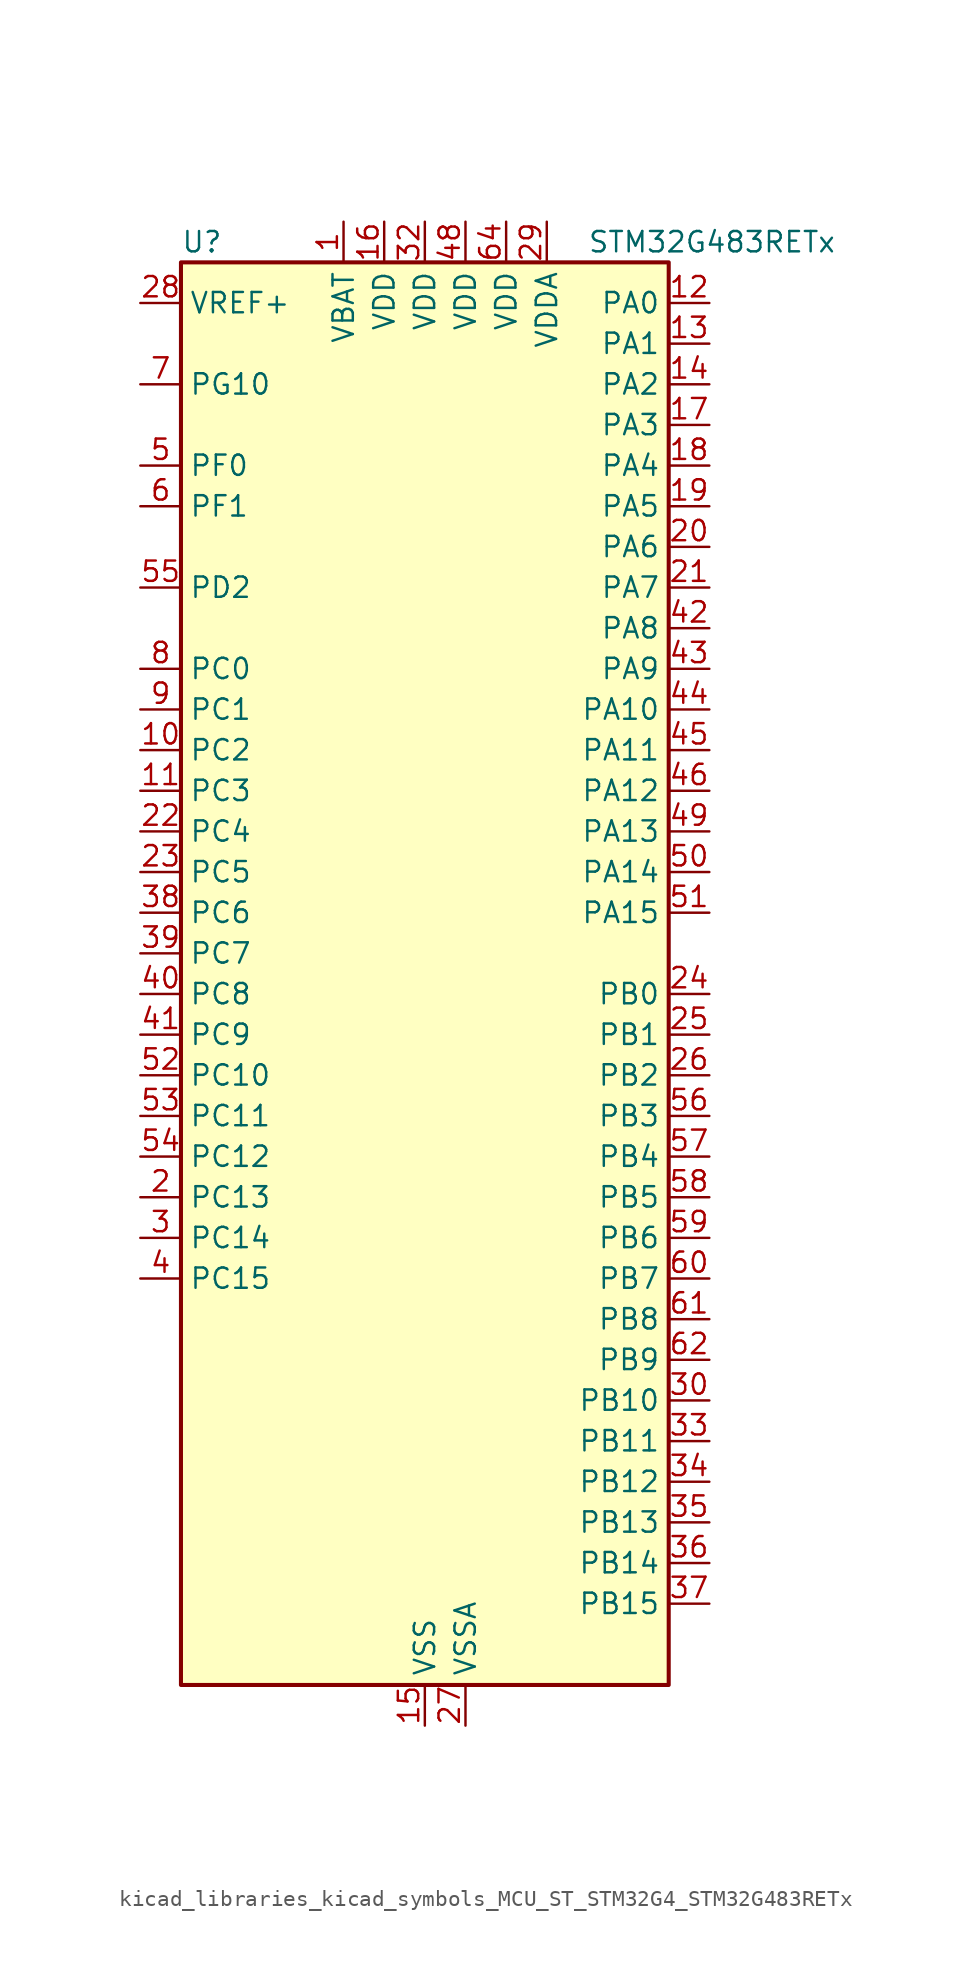
<source format=kicad_sym>
(kicad_symbol_lib
  (version 20220914)
  (generator kicad_symbol_editor)
  (symbol "kicad_libraries_kicad_symbols_MCU_ST_STM32G4_STM32G483RETx"
    (property "Reference" "U"
      (at -15.24 46.99 0)
      (effects (font (size 1.27 1.27)) (justify left)))
    (property "Value" "STM32G483RETx"
      (at 10.16 46.99 0)
      (effects (font (size 1.27 1.27)) (justify left)))
    (property "ki_locked" ""
      (at 0 0 0)
      (effects (font (size 1.27 1.27))))
    (symbol "kicad_libraries_kicad_symbols_MCU_ST_STM32G4_STM32G483RETx_0_1"
      (rectangle (start -15.24 -43.18) (end 15.24 45.72) (stroke (width 0.254) (type default)) (fill (type background))))
    (symbol "kicad_libraries_kicad_symbols_MCU_ST_STM32G4_STM32G483RETx_1_1"
      (pin power_in line (at -5.08 48.26 270) (length 2.54) (name "VBAT" (effects (font (size 1.27 1.27)))) (number "1" (effects (font (size 1.27 1.27)))))
      (pin bidirectional line (at -17.78 15.24 0) (length 2.54) (name "PC2" (effects (font (size 1.27 1.27)))) (number "10" (effects (font (size 1.27 1.27)))) (alternate "ADC1_IN8" bidirectional line) (alternate "ADC2_IN8" bidirectional line) (alternate "ADC3_EXTI2" bidirectional line) (alternate "ADC4_EXTI2" bidirectional line) (alternate "ADC5_EXTI2" bidirectional line) (alternate "COMP3_OUT" bidirectional line) (alternate "LPTIM1_IN2" bidirectional line) (alternate "QUADSPI1_BK2_IO1" bidirectional line) (alternate "TIM1_CH3" bidirectional line) (alternate "TIM20_CH2" bidirectional line))
      (pin bidirectional line (at -17.78 12.7 0) (length 2.54) (name "PC3" (effects (font (size 1.27 1.27)))) (number "11" (effects (font (size 1.27 1.27)))) (alternate "ADC1_IN9" bidirectional line) (alternate "ADC2_IN9" bidirectional line) (alternate "ADC3_EXTI3" bidirectional line) (alternate "ADC4_EXTI3" bidirectional line) (alternate "ADC5_EXTI3" bidirectional line) (alternate "LPTIM1_ETR" bidirectional line) (alternate "OPAMP5_VINP" bidirectional line) (alternate "OPAMP5_VINP_SEC" bidirectional line) (alternate "QUADSPI1_BK2_IO2" bidirectional line) (alternate "SAI1_D1" bidirectional line) (alternate "SAI1_SD_A" bidirectional line) (alternate "TIM1_BKIN2" bidirectional line) (alternate "TIM1_CH4" bidirectional line))
      (pin bidirectional line (at 17.78 43.18 180) (length 2.54) (name "PA0" (effects (font (size 1.27 1.27)))) (number "12" (effects (font (size 1.27 1.27)))) (alternate "ADC1_IN1" bidirectional line) (alternate "ADC2_IN1" bidirectional line) (alternate "COMP1_INM" bidirectional line) (alternate "COMP1_OUT" bidirectional line) (alternate "COMP3_INP" bidirectional line) (alternate "RTC_TAMP2" bidirectional line) (alternate "SYS_WKUP1" bidirectional line) (alternate "TIM2_CH1" bidirectional line) (alternate "TIM2_ETR" bidirectional line) (alternate "TIM5_CH1" bidirectional line) (alternate "TIM8_BKIN" bidirectional line) (alternate "TIM8_ETR" bidirectional line) (alternate "USART2_CTS" bidirectional line) (alternate "USART2_NSS" bidirectional line))
      (pin bidirectional line (at 17.78 40.64 180) (length 2.54) (name "PA1" (effects (font (size 1.27 1.27)))) (number "13" (effects (font (size 1.27 1.27)))) (alternate "ADC1_IN2" bidirectional line) (alternate "ADC2_IN2" bidirectional line) (alternate "COMP1_INP" bidirectional line) (alternate "OPAMP1_VINP" bidirectional line) (alternate "OPAMP1_VINP_SEC" bidirectional line) (alternate "OPAMP3_VINP" bidirectional line) (alternate "OPAMP3_VINP_SEC" bidirectional line) (alternate "OPAMP6_VINM" bidirectional line) (alternate "OPAMP6_VINM0" bidirectional line) (alternate "OPAMP6_VINM_SEC" bidirectional line) (alternate "RTC_REFIN" bidirectional line) (alternate "TIM15_CH1N" bidirectional line) (alternate "TIM2_CH2" bidirectional line) (alternate "TIM5_CH2" bidirectional line) (alternate "USART2_DE" bidirectional line) (alternate "USART2_RTS" bidirectional line))
      (pin bidirectional line (at 17.78 38.1 180) (length 2.54) (name "PA2" (effects (font (size 1.27 1.27)))) (number "14" (effects (font (size 1.27 1.27)))) (alternate "ADC1_IN3" bidirectional line) (alternate "ADC3_EXTI2" bidirectional line) (alternate "ADC4_EXTI2" bidirectional line) (alternate "ADC5_EXTI2" bidirectional line) (alternate "COMP2_INM" bidirectional line) (alternate "COMP2_OUT" bidirectional line) (alternate "LPUART1_TX" bidirectional line) (alternate "OPAMP1_VOUT" bidirectional line) (alternate "QUADSPI1_BK1_NCS" bidirectional line) (alternate "RCC_LSCO" bidirectional line) (alternate "SYS_WKUP4" bidirectional line) (alternate "TIM15_CH1" bidirectional line) (alternate "TIM2_CH3" bidirectional line) (alternate "TIM5_CH3" bidirectional line) (alternate "UCPD1_FRSTX1" bidirectional line) (alternate "UCPD1_FRSTX2" bidirectional line) (alternate "USART2_TX" bidirectional line))
      (pin power_in line (at 0 -45.72 90) (length 2.54) (name "VSS" (effects (font (size 1.27 1.27)))) (number "15" (effects (font (size 1.27 1.27)))))
      (pin power_in line (at -2.54 48.26 270) (length 2.54) (name "VDD" (effects (font (size 1.27 1.27)))) (number "16" (effects (font (size 1.27 1.27)))))
      (pin bidirectional line (at 17.78 35.56 180) (length 2.54) (name "PA3" (effects (font (size 1.27 1.27)))) (number "17" (effects (font (size 1.27 1.27)))) (alternate "ADC1_IN4" bidirectional line) (alternate "ADC3_EXTI3" bidirectional line) (alternate "ADC4_EXTI3" bidirectional line) (alternate "ADC5_EXTI3" bidirectional line) (alternate "COMP2_INP" bidirectional line) (alternate "LPUART1_RX" bidirectional line) (alternate "OPAMP1_VINM" bidirectional line) (alternate "OPAMP1_VINM0" bidirectional line) (alternate "OPAMP1_VINM_SEC" bidirectional line) (alternate "OPAMP1_VINP" bidirectional line) (alternate "OPAMP1_VINP_SEC" bidirectional line) (alternate "OPAMP5_VINM" bidirectional line) (alternate "OPAMP5_VINM1" bidirectional line) (alternate "OPAMP5_VINM_SEC" bidirectional line) (alternate "QUADSPI1_CLK" bidirectional line) (alternate "SAI1_CK1" bidirectional line) (alternate "SAI1_MCLK_A" bidirectional line) (alternate "TIM15_CH2" bidirectional line) (alternate "TIM2_CH4" bidirectional line) (alternate "TIM5_CH4" bidirectional line) (alternate "USART2_RX" bidirectional line))
      (pin bidirectional line (at 17.78 33.02 180) (length 2.54) (name "PA4" (effects (font (size 1.27 1.27)))) (number "18" (effects (font (size 1.27 1.27)))) (alternate "ADC2_IN17" bidirectional line) (alternate "COMP1_INM" bidirectional line) (alternate "DAC1_OUT1" bidirectional line) (alternate "I2S3_WS" bidirectional line) (alternate "SAI1_FS_B" bidirectional line) (alternate "SPI1_NSS" bidirectional line) (alternate "SPI3_NSS" bidirectional line) (alternate "TIM3_CH2" bidirectional line) (alternate "USART2_CK" bidirectional line))
      (pin bidirectional line (at 17.78 30.48 180) (length 2.54) (name "PA5" (effects (font (size 1.27 1.27)))) (number "19" (effects (font (size 1.27 1.27)))) (alternate "ADC2_IN13" bidirectional line) (alternate "COMP2_INM" bidirectional line) (alternate "DAC1_OUT2" bidirectional line) (alternate "OPAMP2_VINM" bidirectional line) (alternate "OPAMP2_VINM0" bidirectional line) (alternate "OPAMP2_VINM_SEC" bidirectional line) (alternate "SPI1_SCK" bidirectional line) (alternate "TIM2_CH1" bidirectional line) (alternate "TIM2_ETR" bidirectional line) (alternate "UCPD1_FRSTX1" bidirectional line) (alternate "UCPD1_FRSTX2" bidirectional line))
      (pin bidirectional line (at -17.78 -12.7 0) (length 2.54) (name "PC13" (effects (font (size 1.27 1.27)))) (number "2" (effects (font (size 1.27 1.27)))) (alternate "RTC_OUT1" bidirectional line) (alternate "RTC_TAMP1" bidirectional line) (alternate "RTC_TS" bidirectional line) (alternate "SYS_WKUP2" bidirectional line) (alternate "TIM1_BKIN" bidirectional line) (alternate "TIM1_CH1N" bidirectional line) (alternate "TIM8_CH4N" bidirectional line))
      (pin bidirectional line (at 17.78 27.94 180) (length 2.54) (name "PA6" (effects (font (size 1.27 1.27)))) (number "20" (effects (font (size 1.27 1.27)))) (alternate "ADC2_IN3" bidirectional line) (alternate "COMP1_OUT" bidirectional line) (alternate "DAC2_OUT1" bidirectional line) (alternate "LPUART1_CTS" bidirectional line) (alternate "OPAMP2_VOUT" bidirectional line) (alternate "QUADSPI1_BK1_IO3" bidirectional line) (alternate "SPI1_MISO" bidirectional line) (alternate "TIM16_CH1" bidirectional line) (alternate "TIM1_BKIN" bidirectional line) (alternate "TIM3_CH1" bidirectional line) (alternate "TIM8_BKIN" bidirectional line))
      (pin bidirectional line (at 17.78 25.4 180) (length 2.54) (name "PA7" (effects (font (size 1.27 1.27)))) (number "21" (effects (font (size 1.27 1.27)))) (alternate "ADC2_IN4" bidirectional line) (alternate "COMP2_INP" bidirectional line) (alternate "COMP2_OUT" bidirectional line) (alternate "OPAMP1_VINP" bidirectional line) (alternate "OPAMP1_VINP_SEC" bidirectional line) (alternate "OPAMP2_VINP" bidirectional line) (alternate "OPAMP2_VINP_SEC" bidirectional line) (alternate "QUADSPI1_BK1_IO2" bidirectional line) (alternate "SPI1_MOSI" bidirectional line) (alternate "TIM17_CH1" bidirectional line) (alternate "TIM1_CH1N" bidirectional line) (alternate "TIM3_CH2" bidirectional line) (alternate "TIM8_CH1N" bidirectional line) (alternate "UCPD1_FRSTX1" bidirectional line) (alternate "UCPD1_FRSTX2" bidirectional line))
      (pin bidirectional line (at -17.78 10.16 0) (length 2.54) (name "PC4" (effects (font (size 1.27 1.27)))) (number "22" (effects (font (size 1.27 1.27)))) (alternate "ADC2_IN5" bidirectional line) (alternate "I2C2_SCL" bidirectional line) (alternate "QUADSPI1_BK2_IO3" bidirectional line) (alternate "TIM1_ETR" bidirectional line) (alternate "USART1_TX" bidirectional line))
      (pin bidirectional line (at -17.78 7.62 0) (length 2.54) (name "PC5" (effects (font (size 1.27 1.27)))) (number "23" (effects (font (size 1.27 1.27)))) (alternate "ADC2_IN11" bidirectional line) (alternate "OPAMP1_VINM" bidirectional line) (alternate "OPAMP1_VINM1" bidirectional line) (alternate "OPAMP1_VINM_SEC" bidirectional line) (alternate "OPAMP2_VINM" bidirectional line) (alternate "OPAMP2_VINM1" bidirectional line) (alternate "OPAMP2_VINM_SEC" bidirectional line) (alternate "SAI1_D3" bidirectional line) (alternate "SYS_WKUP5" bidirectional line) (alternate "TIM15_BKIN" bidirectional line) (alternate "TIM1_CH4N" bidirectional line) (alternate "USART1_RX" bidirectional line))
      (pin bidirectional line (at 17.78 0 180) (length 2.54) (name "PB0" (effects (font (size 1.27 1.27)))) (number "24" (effects (font (size 1.27 1.27)))) (alternate "ADC1_IN15" bidirectional line) (alternate "ADC3_IN12" bidirectional line) (alternate "COMP4_INP" bidirectional line) (alternate "OPAMP2_VINP" bidirectional line) (alternate "OPAMP2_VINP_SEC" bidirectional line) (alternate "OPAMP3_VINP" bidirectional line) (alternate "OPAMP3_VINP_SEC" bidirectional line) (alternate "QUADSPI1_BK1_IO1" bidirectional line) (alternate "TIM1_CH2N" bidirectional line) (alternate "TIM3_CH3" bidirectional line) (alternate "TIM8_CH2N" bidirectional line) (alternate "UCPD1_FRSTX1" bidirectional line) (alternate "UCPD1_FRSTX2" bidirectional line))
      (pin bidirectional line (at 17.78 -2.54 180) (length 2.54) (name "PB1" (effects (font (size 1.27 1.27)))) (number "25" (effects (font (size 1.27 1.27)))) (alternate "ADC1_IN12" bidirectional line) (alternate "ADC3_IN1" bidirectional line) (alternate "COMP1_INP" bidirectional line) (alternate "COMP4_OUT" bidirectional line) (alternate "LPUART1_DE" bidirectional line) (alternate "LPUART1_RTS" bidirectional line) (alternate "OPAMP3_VOUT" bidirectional line) (alternate "OPAMP6_VINM" bidirectional line) (alternate "OPAMP6_VINM1" bidirectional line) (alternate "OPAMP6_VINM_SEC" bidirectional line) (alternate "QUADSPI1_BK1_IO0" bidirectional line) (alternate "TIM1_CH3N" bidirectional line) (alternate "TIM3_CH4" bidirectional line) (alternate "TIM8_CH3N" bidirectional line))
      (pin bidirectional line (at 17.78 -5.08 180) (length 2.54) (name "PB2" (effects (font (size 1.27 1.27)))) (number "26" (effects (font (size 1.27 1.27)))) (alternate "ADC2_IN12" bidirectional line) (alternate "ADC3_EXTI2" bidirectional line) (alternate "ADC4_EXTI2" bidirectional line) (alternate "ADC5_EXTI2" bidirectional line) (alternate "COMP4_INM" bidirectional line) (alternate "I2C3_SMBA" bidirectional line) (alternate "LPTIM1_OUT" bidirectional line) (alternate "OPAMP3_VINM" bidirectional line) (alternate "OPAMP3_VINM0" bidirectional line) (alternate "OPAMP3_VINM_SEC" bidirectional line) (alternate "QUADSPI1_BK2_IO1" bidirectional line) (alternate "RTC_OUT2" bidirectional line) (alternate "TIM20_CH1" bidirectional line) (alternate "TIM5_CH1" bidirectional line))
      (pin power_in line (at 2.54 -45.72 90) (length 2.54) (name "VSSA" (effects (font (size 1.27 1.27)))) (number "27" (effects (font (size 1.27 1.27)))))
      (pin input line (at -17.78 43.18 0) (length 2.54) (name "VREF+" (effects (font (size 1.27 1.27)))) (number "28" (effects (font (size 1.27 1.27)))) (alternate "VREFBUF_OUT" bidirectional line))
      (pin power_in line (at 7.62 48.26 270) (length 2.54) (name "VDDA" (effects (font (size 1.27 1.27)))) (number "29" (effects (font (size 1.27 1.27)))))
      (pin bidirectional line (at -17.78 -15.24 0) (length 2.54) (name "PC14" (effects (font (size 1.27 1.27)))) (number "3" (effects (font (size 1.27 1.27)))) (alternate "RCC_OSC32_IN" bidirectional line))
      (pin bidirectional line (at 17.78 -25.4 180) (length 2.54) (name "PB10" (effects (font (size 1.27 1.27)))) (number "30" (effects (font (size 1.27 1.27)))) (alternate "COMP5_INM" bidirectional line) (alternate "DAC1_EXTI10" bidirectional line) (alternate "DAC2_EXTI10" bidirectional line) (alternate "DAC3_EXTI10" bidirectional line) (alternate "DAC4_EXTI10" bidirectional line) (alternate "LPUART1_RX" bidirectional line) (alternate "OPAMP3_VINM" bidirectional line) (alternate "OPAMP3_VINM1" bidirectional line) (alternate "OPAMP3_VINM_SEC" bidirectional line) (alternate "OPAMP4_VINM" bidirectional line) (alternate "OPAMP4_VINM0" bidirectional line) (alternate "OPAMP4_VINM_SEC" bidirectional line) (alternate "QUADSPI1_CLK" bidirectional line) (alternate "SAI1_SCK_A" bidirectional line) (alternate "TIM1_BKIN" bidirectional line) (alternate "TIM2_CH3" bidirectional line) (alternate "USART3_TX" bidirectional line))
      (pin passive line (at 0 -45.72 90) (length 2.54) hide (name "VSS" (effects (font (size 1.27 1.27)))) (number "31" (effects (font (size 1.27 1.27)))))
      (pin power_in line (at 0 48.26 270) (length 2.54) (name "VDD" (effects (font (size 1.27 1.27)))) (number "32" (effects (font (size 1.27 1.27)))))
      (pin bidirectional line (at 17.78 -27.94 180) (length 2.54) (name "PB11" (effects (font (size 1.27 1.27)))) (number "33" (effects (font (size 1.27 1.27)))) (alternate "ADC1_EXTI11" bidirectional line) (alternate "ADC1_IN14" bidirectional line) (alternate "ADC2_EXTI11" bidirectional line) (alternate "ADC2_IN14" bidirectional line) (alternate "COMP6_INP" bidirectional line) (alternate "LPUART1_TX" bidirectional line) (alternate "OPAMP4_VINP" bidirectional line) (alternate "OPAMP4_VINP_SEC" bidirectional line) (alternate "OPAMP6_VOUT" bidirectional line) (alternate "QUADSPI1_BK1_NCS" bidirectional line) (alternate "TIM2_CH4" bidirectional line) (alternate "USART3_RX" bidirectional line))
      (pin bidirectional line (at 17.78 -30.48 180) (length 2.54) (name "PB12" (effects (font (size 1.27 1.27)))) (number "34" (effects (font (size 1.27 1.27)))) (alternate "ADC1_IN11" bidirectional line) (alternate "ADC4_IN3" bidirectional line) (alternate "COMP7_INM" bidirectional line) (alternate "FDCAN2_RX" bidirectional line) (alternate "I2C2_SMBA" bidirectional line) (alternate "I2S2_WS" bidirectional line) (alternate "LPUART1_DE" bidirectional line) (alternate "LPUART1_RTS" bidirectional line) (alternate "OPAMP4_VOUT" bidirectional line) (alternate "OPAMP6_VINP" bidirectional line) (alternate "OPAMP6_VINP_SEC" bidirectional line) (alternate "SPI2_NSS" bidirectional line) (alternate "TIM1_BKIN" bidirectional line) (alternate "TIM5_ETR" bidirectional line) (alternate "USART3_CK" bidirectional line))
      (pin bidirectional line (at 17.78 -33.02 180) (length 2.54) (name "PB13" (effects (font (size 1.27 1.27)))) (number "35" (effects (font (size 1.27 1.27)))) (alternate "ADC3_IN5" bidirectional line) (alternate "COMP5_INP" bidirectional line) (alternate "FDCAN2_TX" bidirectional line) (alternate "I2S2_CK" bidirectional line) (alternate "LPUART1_CTS" bidirectional line) (alternate "OPAMP3_VINP" bidirectional line) (alternate "OPAMP3_VINP_SEC" bidirectional line) (alternate "OPAMP4_VINP" bidirectional line) (alternate "OPAMP4_VINP_SEC" bidirectional line) (alternate "OPAMP6_VINP" bidirectional line) (alternate "OPAMP6_VINP_SEC" bidirectional line) (alternate "SPI2_SCK" bidirectional line) (alternate "TIM1_CH1N" bidirectional line) (alternate "USART3_CTS" bidirectional line) (alternate "USART3_NSS" bidirectional line))
      (pin bidirectional line (at 17.78 -35.56 180) (length 2.54) (name "PB14" (effects (font (size 1.27 1.27)))) (number "36" (effects (font (size 1.27 1.27)))) (alternate "ADC1_IN5" bidirectional line) (alternate "ADC4_IN4" bidirectional line) (alternate "COMP4_OUT" bidirectional line) (alternate "COMP7_INP" bidirectional line) (alternate "OPAMP2_VINP" bidirectional line) (alternate "OPAMP2_VINP_SEC" bidirectional line) (alternate "OPAMP5_VINP" bidirectional line) (alternate "OPAMP5_VINP_SEC" bidirectional line) (alternate "SPI2_MISO" bidirectional line) (alternate "TIM15_CH1" bidirectional line) (alternate "TIM1_CH2N" bidirectional line) (alternate "USART3_DE" bidirectional line) (alternate "USART3_RTS" bidirectional line))
      (pin bidirectional line (at 17.78 -38.1 180) (length 2.54) (name "PB15" (effects (font (size 1.27 1.27)))) (number "37" (effects (font (size 1.27 1.27)))) (alternate "ADC1_EXTI15" bidirectional line) (alternate "ADC2_EXTI15" bidirectional line) (alternate "ADC2_IN15" bidirectional line) (alternate "ADC4_IN5" bidirectional line) (alternate "COMP3_OUT" bidirectional line) (alternate "COMP6_INM" bidirectional line) (alternate "I2S2_SD" bidirectional line) (alternate "OPAMP5_VINM" bidirectional line) (alternate "OPAMP5_VINM0" bidirectional line) (alternate "OPAMP5_VINM_SEC" bidirectional line) (alternate "RTC_REFIN" bidirectional line) (alternate "SPI2_MOSI" bidirectional line) (alternate "TIM15_CH1N" bidirectional line) (alternate "TIM15_CH2" bidirectional line) (alternate "TIM1_CH3N" bidirectional line))
      (pin bidirectional line (at -17.78 5.08 0) (length 2.54) (name "PC6" (effects (font (size 1.27 1.27)))) (number "38" (effects (font (size 1.27 1.27)))) (alternate "COMP6_OUT" bidirectional line) (alternate "I2C4_SCL" bidirectional line) (alternate "I2S2_MCK" bidirectional line) (alternate "TIM3_CH1" bidirectional line) (alternate "TIM8_CH1" bidirectional line))
      (pin bidirectional line (at -17.78 2.54 0) (length 2.54) (name "PC7" (effects (font (size 1.27 1.27)))) (number "39" (effects (font (size 1.27 1.27)))) (alternate "COMP5_OUT" bidirectional line) (alternate "I2C4_SDA" bidirectional line) (alternate "I2S3_MCK" bidirectional line) (alternate "TIM3_CH2" bidirectional line) (alternate "TIM8_CH2" bidirectional line))
      (pin bidirectional line (at -17.78 -17.78 0) (length 2.54) (name "PC15" (effects (font (size 1.27 1.27)))) (number "4" (effects (font (size 1.27 1.27)))) (alternate "ADC1_EXTI15" bidirectional line) (alternate "ADC2_EXTI15" bidirectional line) (alternate "RCC_OSC32_OUT" bidirectional line))
      (pin bidirectional line (at -17.78 0 0) (length 2.54) (name "PC8" (effects (font (size 1.27 1.27)))) (number "40" (effects (font (size 1.27 1.27)))) (alternate "COMP7_OUT" bidirectional line) (alternate "I2C3_SCL" bidirectional line) (alternate "TIM20_CH3" bidirectional line) (alternate "TIM3_CH3" bidirectional line) (alternate "TIM8_CH3" bidirectional line))
      (pin bidirectional line (at -17.78 -2.54 0) (length 2.54) (name "PC9" (effects (font (size 1.27 1.27)))) (number "41" (effects (font (size 1.27 1.27)))) (alternate "DAC1_EXTI9" bidirectional line) (alternate "DAC2_EXTI9" bidirectional line) (alternate "DAC3_EXTI9" bidirectional line) (alternate "DAC4_EXTI9" bidirectional line) (alternate "I2C3_SDA" bidirectional line) (alternate "I2S_CKIN" bidirectional line) (alternate "TIM3_CH4" bidirectional line) (alternate "TIM8_BKIN2" bidirectional line) (alternate "TIM8_CH4" bidirectional line))
      (pin bidirectional line (at 17.78 22.86 180) (length 2.54) (name "PA8" (effects (font (size 1.27 1.27)))) (number "42" (effects (font (size 1.27 1.27)))) (alternate "ADC5_IN1" bidirectional line) (alternate "COMP7_OUT" bidirectional line) (alternate "FDCAN3_RX" bidirectional line) (alternate "I2C2_SDA" bidirectional line) (alternate "I2C3_SCL" bidirectional line) (alternate "I2S2_MCK" bidirectional line) (alternate "OPAMP5_VOUT" bidirectional line) (alternate "RCC_MCO" bidirectional line) (alternate "SAI1_CK2" bidirectional line) (alternate "SAI1_SCK_A" bidirectional line) (alternate "TIM1_CH1" bidirectional line) (alternate "TIM4_ETR" bidirectional line) (alternate "USART1_CK" bidirectional line))
      (pin bidirectional line (at 17.78 20.32 180) (length 2.54) (name "PA9" (effects (font (size 1.27 1.27)))) (number "43" (effects (font (size 1.27 1.27)))) (alternate "ADC5_IN2" bidirectional line) (alternate "COMP5_OUT" bidirectional line) (alternate "DAC1_EXTI9" bidirectional line) (alternate "DAC2_EXTI9" bidirectional line) (alternate "DAC3_EXTI9" bidirectional line) (alternate "DAC4_EXTI9" bidirectional line) (alternate "I2C2_SCL" bidirectional line) (alternate "I2C3_SMBA" bidirectional line) (alternate "I2S3_MCK" bidirectional line) (alternate "SAI1_FS_A" bidirectional line) (alternate "TIM15_BKIN" bidirectional line) (alternate "TIM1_CH2" bidirectional line) (alternate "TIM2_CH3" bidirectional line) (alternate "UCPD1_DBCC1" bidirectional line) (alternate "USART1_TX" bidirectional line))
      (pin bidirectional line (at 17.78 17.78 180) (length 2.54) (name "PA10" (effects (font (size 1.27 1.27)))) (number "44" (effects (font (size 1.27 1.27)))) (alternate "COMP6_OUT" bidirectional line) (alternate "CRS_SYNC" bidirectional line) (alternate "DAC1_EXTI10" bidirectional line) (alternate "DAC2_EXTI10" bidirectional line) (alternate "DAC3_EXTI10" bidirectional line) (alternate "DAC4_EXTI10" bidirectional line) (alternate "I2C2_SMBA" bidirectional line) (alternate "SAI1_D1" bidirectional line) (alternate "SAI1_SD_A" bidirectional line) (alternate "SPI2_MISO" bidirectional line) (alternate "TIM17_BKIN" bidirectional line) (alternate "TIM1_CH3" bidirectional line) (alternate "TIM2_CH4" bidirectional line) (alternate "TIM8_BKIN" bidirectional line) (alternate "UCPD1_DBCC2" bidirectional line) (alternate "USART1_RX" bidirectional line))
      (pin bidirectional line (at 17.78 15.24 180) (length 2.54) (name "PA11" (effects (font (size 1.27 1.27)))) (number "45" (effects (font (size 1.27 1.27)))) (alternate "ADC1_EXTI11" bidirectional line) (alternate "ADC2_EXTI11" bidirectional line) (alternate "COMP1_OUT" bidirectional line) (alternate "FDCAN1_RX" bidirectional line) (alternate "I2S2_SD" bidirectional line) (alternate "SPI2_MOSI" bidirectional line) (alternate "TIM1_BKIN2" bidirectional line) (alternate "TIM1_CH1N" bidirectional line) (alternate "TIM1_CH4" bidirectional line) (alternate "TIM4_CH1" bidirectional line) (alternate "USART1_CTS" bidirectional line) (alternate "USART1_NSS" bidirectional line) (alternate "USB_DM" bidirectional line))
      (pin bidirectional line (at 17.78 12.7 180) (length 2.54) (name "PA12" (effects (font (size 1.27 1.27)))) (number "46" (effects (font (size 1.27 1.27)))) (alternate "COMP2_OUT" bidirectional line) (alternate "FDCAN1_TX" bidirectional line) (alternate "I2S_CKIN" bidirectional line) (alternate "TIM16_CH1" bidirectional line) (alternate "TIM1_CH2N" bidirectional line) (alternate "TIM1_ETR" bidirectional line) (alternate "TIM4_CH2" bidirectional line) (alternate "USART1_DE" bidirectional line) (alternate "USART1_RTS" bidirectional line) (alternate "USB_DP" bidirectional line))
      (pin passive line (at 0 -45.72 90) (length 2.54) hide (name "VSS" (effects (font (size 1.27 1.27)))) (number "47" (effects (font (size 1.27 1.27)))))
      (pin power_in line (at 2.54 48.26 270) (length 2.54) (name "VDD" (effects (font (size 1.27 1.27)))) (number "48" (effects (font (size 1.27 1.27)))))
      (pin bidirectional line (at 17.78 10.16 180) (length 2.54) (name "PA13" (effects (font (size 1.27 1.27)))) (number "49" (effects (font (size 1.27 1.27)))) (alternate "I2C1_SCL" bidirectional line) (alternate "I2C4_SCL" bidirectional line) (alternate "IR_OUT" bidirectional line) (alternate "SAI1_SD_B" bidirectional line) (alternate "SYS_JTMS-SWDIO" bidirectional line) (alternate "TIM16_CH1N" bidirectional line) (alternate "TIM4_CH3" bidirectional line) (alternate "USART3_CTS" bidirectional line) (alternate "USART3_NSS" bidirectional line))
      (pin bidirectional line (at -17.78 33.02 0) (length 2.54) (name "PF0" (effects (font (size 1.27 1.27)))) (number "5" (effects (font (size 1.27 1.27)))) (alternate "ADC1_IN10" bidirectional line) (alternate "I2C2_SDA" bidirectional line) (alternate "I2S2_WS" bidirectional line) (alternate "RCC_OSC_IN" bidirectional line) (alternate "SPI2_NSS" bidirectional line) (alternate "TIM1_CH3N" bidirectional line))
      (pin bidirectional line (at 17.78 7.62 180) (length 2.54) (name "PA14" (effects (font (size 1.27 1.27)))) (number "50" (effects (font (size 1.27 1.27)))) (alternate "I2C1_SDA" bidirectional line) (alternate "I2C4_SMBA" bidirectional line) (alternate "LPTIM1_OUT" bidirectional line) (alternate "SAI1_FS_B" bidirectional line) (alternate "SYS_JTCK-SWCLK" bidirectional line) (alternate "TIM1_BKIN" bidirectional line) (alternate "TIM8_CH2" bidirectional line) (alternate "USART2_TX" bidirectional line))
      (pin bidirectional line (at 17.78 5.08 180) (length 2.54) (name "PA15" (effects (font (size 1.27 1.27)))) (number "51" (effects (font (size 1.27 1.27)))) (alternate "ADC1_EXTI15" bidirectional line) (alternate "ADC2_EXTI15" bidirectional line) (alternate "FDCAN3_TX" bidirectional line) (alternate "I2C1_SCL" bidirectional line) (alternate "I2S3_WS" bidirectional line) (alternate "SPI1_NSS" bidirectional line) (alternate "SPI3_NSS" bidirectional line) (alternate "SYS_JTDI" bidirectional line) (alternate "TIM1_BKIN" bidirectional line) (alternate "TIM2_CH1" bidirectional line) (alternate "TIM2_ETR" bidirectional line) (alternate "TIM8_CH1" bidirectional line) (alternate "UART4_DE" bidirectional line) (alternate "UART4_RTS" bidirectional line) (alternate "USART2_RX" bidirectional line))
      (pin bidirectional line (at -17.78 -5.08 0) (length 2.54) (name "PC10" (effects (font (size 1.27 1.27)))) (number "52" (effects (font (size 1.27 1.27)))) (alternate "DAC1_EXTI10" bidirectional line) (alternate "DAC2_EXTI10" bidirectional line) (alternate "DAC3_EXTI10" bidirectional line) (alternate "DAC4_EXTI10" bidirectional line) (alternate "I2S3_CK" bidirectional line) (alternate "SPI3_SCK" bidirectional line) (alternate "TIM8_CH1N" bidirectional line) (alternate "UART4_TX" bidirectional line) (alternate "USART3_TX" bidirectional line))
      (pin bidirectional line (at -17.78 -7.62 0) (length 2.54) (name "PC11" (effects (font (size 1.27 1.27)))) (number "53" (effects (font (size 1.27 1.27)))) (alternate "ADC1_EXTI11" bidirectional line) (alternate "ADC2_EXTI11" bidirectional line) (alternate "I2C3_SDA" bidirectional line) (alternate "SPI3_MISO" bidirectional line) (alternate "TIM8_CH2N" bidirectional line) (alternate "UART4_RX" bidirectional line) (alternate "USART3_RX" bidirectional line))
      (pin bidirectional line (at -17.78 -10.16 0) (length 2.54) (name "PC12" (effects (font (size 1.27 1.27)))) (number "54" (effects (font (size 1.27 1.27)))) (alternate "I2S3_SD" bidirectional line) (alternate "SPI3_MOSI" bidirectional line) (alternate "TIM5_CH2" bidirectional line) (alternate "TIM8_CH3N" bidirectional line) (alternate "UART5_TX" bidirectional line) (alternate "UCPD1_FRSTX1" bidirectional line) (alternate "UCPD1_FRSTX2" bidirectional line) (alternate "USART3_CK" bidirectional line))
      (pin bidirectional line (at -17.78 25.4 0) (length 2.54) (name "PD2" (effects (font (size 1.27 1.27)))) (number "55" (effects (font (size 1.27 1.27)))) (alternate "ADC3_EXTI2" bidirectional line) (alternate "ADC4_EXTI2" bidirectional line) (alternate "ADC5_EXTI2" bidirectional line) (alternate "TIM3_ETR" bidirectional line) (alternate "TIM8_BKIN" bidirectional line) (alternate "UART5_RX" bidirectional line))
      (pin bidirectional line (at 17.78 -7.62 180) (length 2.54) (name "PB3" (effects (font (size 1.27 1.27)))) (number "56" (effects (font (size 1.27 1.27)))) (alternate "ADC3_EXTI3" bidirectional line) (alternate "ADC4_EXTI3" bidirectional line) (alternate "ADC5_EXTI3" bidirectional line) (alternate "CRS_SYNC" bidirectional line) (alternate "FDCAN3_RX" bidirectional line) (alternate "I2S3_CK" bidirectional line) (alternate "SAI1_SCK_B" bidirectional line) (alternate "SPI1_SCK" bidirectional line) (alternate "SPI3_SCK" bidirectional line) (alternate "SYS_JTDO-SWO" bidirectional line) (alternate "TIM2_CH2" bidirectional line) (alternate "TIM3_ETR" bidirectional line) (alternate "TIM4_ETR" bidirectional line) (alternate "TIM8_CH1N" bidirectional line) (alternate "USART2_TX" bidirectional line))
      (pin bidirectional line (at 17.78 -10.16 180) (length 2.54) (name "PB4" (effects (font (size 1.27 1.27)))) (number "57" (effects (font (size 1.27 1.27)))) (alternate "FDCAN3_TX" bidirectional line) (alternate "SAI1_MCLK_B" bidirectional line) (alternate "SPI1_MISO" bidirectional line) (alternate "SPI3_MISO" bidirectional line) (alternate "SYS_JTRST" bidirectional line) (alternate "TIM16_CH1" bidirectional line) (alternate "TIM17_BKIN" bidirectional line) (alternate "TIM3_CH1" bidirectional line) (alternate "TIM8_CH2N" bidirectional line) (alternate "UART5_DE" bidirectional line) (alternate "UART5_RTS" bidirectional line) (alternate "UCPD1_CC2" bidirectional line) (alternate "USART2_RX" bidirectional line))
      (pin bidirectional line (at 17.78 -12.7 180) (length 2.54) (name "PB5" (effects (font (size 1.27 1.27)))) (number "58" (effects (font (size 1.27 1.27)))) (alternate "FDCAN2_RX" bidirectional line) (alternate "I2C1_SMBA" bidirectional line) (alternate "I2C3_SDA" bidirectional line) (alternate "I2S3_SD" bidirectional line) (alternate "LPTIM1_IN1" bidirectional line) (alternate "SAI1_SD_B" bidirectional line) (alternate "SPI1_MOSI" bidirectional line) (alternate "SPI3_MOSI" bidirectional line) (alternate "TIM16_BKIN" bidirectional line) (alternate "TIM17_CH1" bidirectional line) (alternate "TIM3_CH2" bidirectional line) (alternate "TIM8_CH3N" bidirectional line) (alternate "UART5_CTS" bidirectional line) (alternate "USART2_CK" bidirectional line))
      (pin bidirectional line (at 17.78 -15.24 180) (length 2.54) (name "PB6" (effects (font (size 1.27 1.27)))) (number "59" (effects (font (size 1.27 1.27)))) (alternate "COMP4_OUT" bidirectional line) (alternate "FDCAN2_TX" bidirectional line) (alternate "LPTIM1_ETR" bidirectional line) (alternate "SAI1_FS_B" bidirectional line) (alternate "TIM16_CH1N" bidirectional line) (alternate "TIM4_CH1" bidirectional line) (alternate "TIM8_BKIN2" bidirectional line) (alternate "TIM8_CH1" bidirectional line) (alternate "TIM8_ETR" bidirectional line) (alternate "UCPD1_CC1" bidirectional line) (alternate "USART1_TX" bidirectional line))
      (pin bidirectional line (at -17.78 30.48 0) (length 2.54) (name "PF1" (effects (font (size 1.27 1.27)))) (number "6" (effects (font (size 1.27 1.27)))) (alternate "ADC2_IN10" bidirectional line) (alternate "COMP3_INM" bidirectional line) (alternate "I2S2_CK" bidirectional line) (alternate "RCC_OSC_OUT" bidirectional line) (alternate "SPI2_SCK" bidirectional line))
      (pin bidirectional line (at 17.78 -17.78 180) (length 2.54) (name "PB7" (effects (font (size 1.27 1.27)))) (number "60" (effects (font (size 1.27 1.27)))) (alternate "COMP3_OUT" bidirectional line) (alternate "I2C1_SDA" bidirectional line) (alternate "I2C4_SDA" bidirectional line) (alternate "LPTIM1_IN2" bidirectional line) (alternate "SYS_PVD_IN" bidirectional line) (alternate "TIM17_CH1N" bidirectional line) (alternate "TIM3_CH4" bidirectional line) (alternate "TIM4_CH2" bidirectional line) (alternate "TIM8_BKIN" bidirectional line) (alternate "UART4_CTS" bidirectional line) (alternate "USART1_RX" bidirectional line))
      (pin bidirectional line (at 17.78 -20.32 180) (length 2.54) (name "PB8" (effects (font (size 1.27 1.27)))) (number "61" (effects (font (size 1.27 1.27)))) (alternate "COMP1_OUT" bidirectional line) (alternate "FDCAN1_RX" bidirectional line) (alternate "I2C1_SCL" bidirectional line) (alternate "SAI1_CK1" bidirectional line) (alternate "SAI1_MCLK_A" bidirectional line) (alternate "TIM16_CH1" bidirectional line) (alternate "TIM1_BKIN" bidirectional line) (alternate "TIM4_CH3" bidirectional line) (alternate "TIM8_CH2" bidirectional line) (alternate "USART3_RX" bidirectional line))
      (pin bidirectional line (at 17.78 -22.86 180) (length 2.54) (name "PB9" (effects (font (size 1.27 1.27)))) (number "62" (effects (font (size 1.27 1.27)))) (alternate "COMP2_OUT" bidirectional line) (alternate "DAC1_EXTI9" bidirectional line) (alternate "DAC2_EXTI9" bidirectional line) (alternate "DAC3_EXTI9" bidirectional line) (alternate "DAC4_EXTI9" bidirectional line) (alternate "FDCAN1_TX" bidirectional line) (alternate "I2C1_SDA" bidirectional line) (alternate "IR_OUT" bidirectional line) (alternate "SAI1_D2" bidirectional line) (alternate "SAI1_FS_A" bidirectional line) (alternate "TIM17_CH1" bidirectional line) (alternate "TIM1_CH3N" bidirectional line) (alternate "TIM4_CH4" bidirectional line) (alternate "TIM8_CH3" bidirectional line) (alternate "USART3_TX" bidirectional line))
      (pin passive line (at 0 -45.72 90) (length 2.54) hide (name "VSS" (effects (font (size 1.27 1.27)))) (number "63" (effects (font (size 1.27 1.27)))))
      (pin power_in line (at 5.08 48.26 270) (length 2.54) (name "VDD" (effects (font (size 1.27 1.27)))) (number "64" (effects (font (size 1.27 1.27)))))
      (pin bidirectional line (at -17.78 38.1 0) (length 2.54) (name "PG10" (effects (font (size 1.27 1.27)))) (number "7" (effects (font (size 1.27 1.27)))) (alternate "DAC1_EXTI10" bidirectional line) (alternate "DAC2_EXTI10" bidirectional line) (alternate "DAC3_EXTI10" bidirectional line) (alternate "DAC4_EXTI10" bidirectional line) (alternate "RCC_MCO" bidirectional line))
      (pin bidirectional line (at -17.78 20.32 0) (length 2.54) (name "PC0" (effects (font (size 1.27 1.27)))) (number "8" (effects (font (size 1.27 1.27)))) (alternate "ADC1_IN6" bidirectional line) (alternate "ADC2_IN6" bidirectional line) (alternate "COMP3_INM" bidirectional line) (alternate "LPTIM1_IN1" bidirectional line) (alternate "LPUART1_RX" bidirectional line) (alternate "TIM1_CH1" bidirectional line))
      (pin bidirectional line (at -17.78 17.78 0) (length 2.54) (name "PC1" (effects (font (size 1.27 1.27)))) (number "9" (effects (font (size 1.27 1.27)))) (alternate "ADC1_IN7" bidirectional line) (alternate "ADC2_IN7" bidirectional line) (alternate "COMP3_INP" bidirectional line) (alternate "LPTIM1_OUT" bidirectional line) (alternate "LPUART1_TX" bidirectional line) (alternate "QUADSPI1_BK2_IO0" bidirectional line) (alternate "SAI1_SD_A" bidirectional line) (alternate "TIM1_CH2" bidirectional line)))))
</source>
